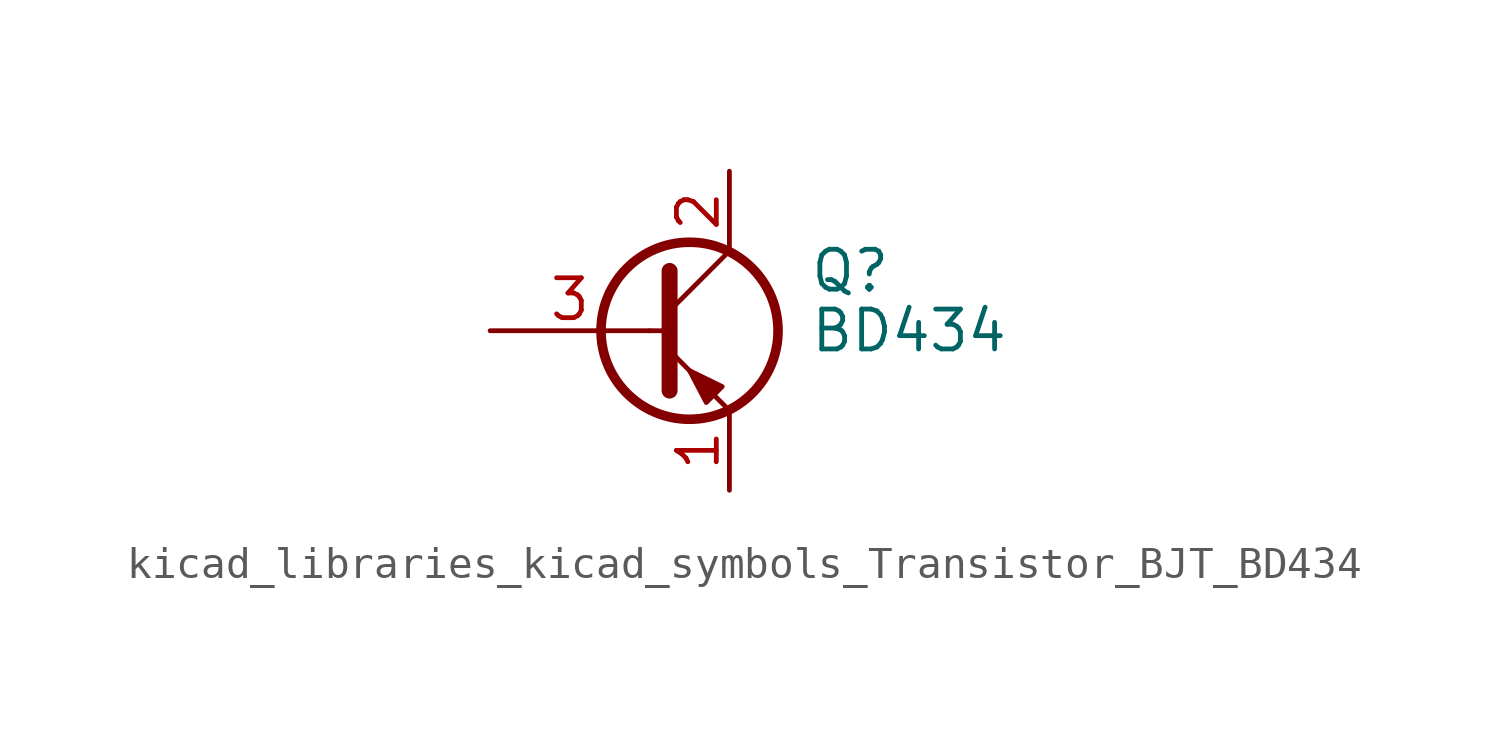
<source format=kicad_sym>
(kicad_symbol_lib
  (version 20220914)
  (generator kicad_symbol_editor)
  (symbol "kicad_libraries_kicad_symbols_Transistor_BJT_BD434"
    (pin_names
      (offset 0) hide)
    (property "Reference" "Q"
      (at 5.08 1.905 0)
      (effects (font (size 1.27 1.27)) (justify left)))
    (property "Value" "BD434"
      (at 5.08 0 0)
      (effects (font (size 1.27 1.27)) (justify left)))
    (symbol "kicad_libraries_kicad_symbols_Transistor_BJT_BD434_0_1"
      (polyline (pts (xy 0 0) (xy 0.635 0)) (stroke (width 0) (type default)) (fill (type none)))
      (polyline (pts (xy 2.54 -2.54) (xy 0.635 -0.635)) (stroke (width 0) (type default)) (fill (type none)))
      (polyline (pts (xy 2.54 2.54) (xy 0.635 0.635)) (stroke (width 0) (type default)) (fill (type none)))
      (polyline (pts (xy 0.635 1.905) (xy 0.635 -1.905) (xy 0.635 -1.905)) (stroke (width 0.508) (type default)) (fill (type outline)))
      (polyline (pts (xy 2.311 -1.778) (xy 1.803 -2.286) (xy 1.27 -1.27) (xy 2.311 -1.778) (xy 2.311 -1.778)) (stroke (width 0) (type default)) (fill (type outline)))
      (circle (center 1.27 0) (radius 2.819) (stroke (width 0.305) (type default)) (fill (type none))))
    (symbol "kicad_libraries_kicad_symbols_Transistor_BJT_BD434_1_1"
      (pin passive line (at 2.54 -5.08 90) (length 2.54) (name "E" (effects (font (size 1.27 1.27)))) (number "1" (effects (font (size 1.27 1.27)))))
      (pin passive line (at 2.54 5.08 270) (length 2.54) (name "C" (effects (font (size 1.27 1.27)))) (number "2" (effects (font (size 1.27 1.27)))))
      (pin input line (at -5.08 0 0) (length 5.08) (name "B" (effects (font (size 1.27 1.27)))) (number "3" (effects (font (size 1.27 1.27))))))))
</source>
